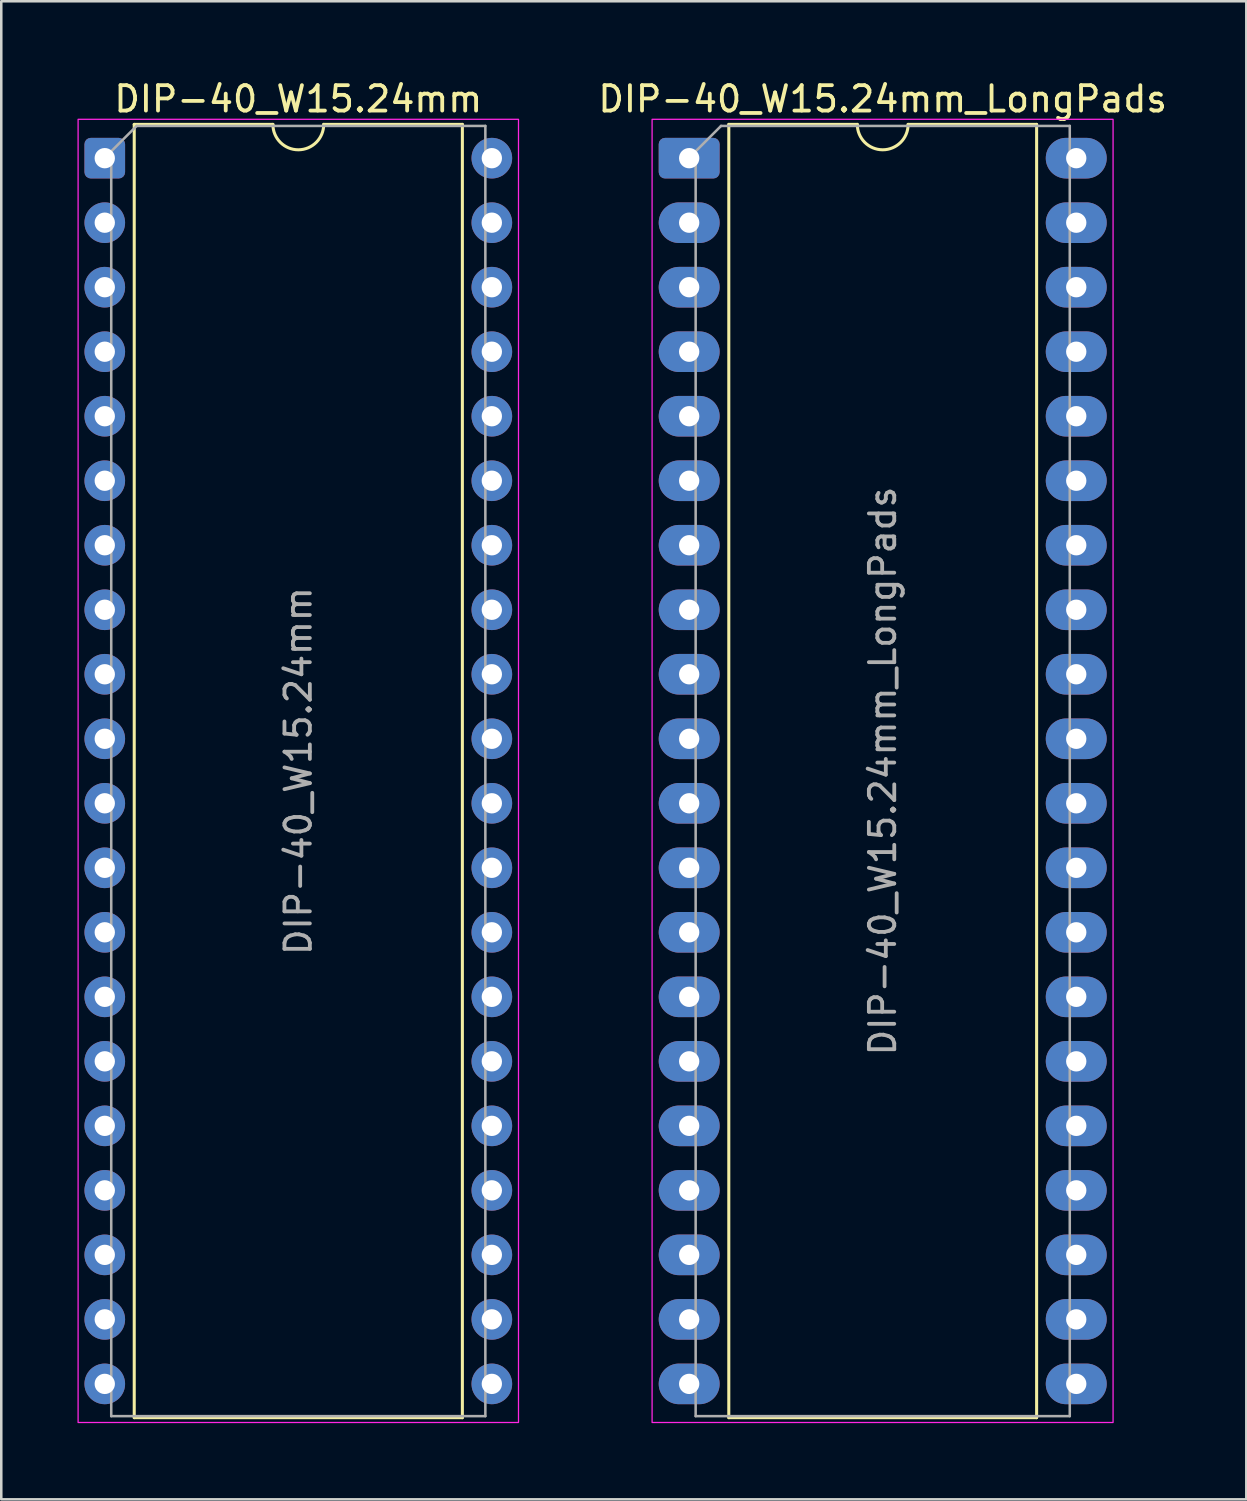
<source format=kicad_pcb>
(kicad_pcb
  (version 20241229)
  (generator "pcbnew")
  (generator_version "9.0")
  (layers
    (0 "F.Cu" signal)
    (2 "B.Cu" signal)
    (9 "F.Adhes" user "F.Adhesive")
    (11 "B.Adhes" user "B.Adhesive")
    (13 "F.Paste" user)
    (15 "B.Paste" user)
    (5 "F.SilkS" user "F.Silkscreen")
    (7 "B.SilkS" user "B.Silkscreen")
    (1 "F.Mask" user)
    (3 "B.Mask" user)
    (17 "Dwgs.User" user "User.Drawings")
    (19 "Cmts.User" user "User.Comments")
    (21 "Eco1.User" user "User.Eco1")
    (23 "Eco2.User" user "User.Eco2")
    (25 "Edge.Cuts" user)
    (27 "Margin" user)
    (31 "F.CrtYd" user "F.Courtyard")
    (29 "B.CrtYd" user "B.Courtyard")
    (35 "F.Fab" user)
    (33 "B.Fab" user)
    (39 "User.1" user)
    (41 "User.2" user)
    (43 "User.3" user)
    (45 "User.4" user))
  (footprint "DIP-40_W15.24mm_LongPads"
    (layer "F.Cu")
    (at 24.085 3.178)
    (property "Reference" "DIP-40_W15.24mm_LongPads" (at 7.62 -2.33 0) (layer "F.SilkS") (effects (font (size 1 1) (thickness 0.15))))
    (attr through_hole)
    (fp_line (start 1.56 -1.33) (end 1.56 49.59) (stroke (width 0.12) (type solid)) (layer "F.SilkS"))
    (fp_line (start 1.56 49.59) (end 13.68 49.59) (stroke (width 0.12) (type solid)) (layer "F.SilkS"))
    (fp_line (start 6.62 -1.33) (end 1.56 -1.33) (stroke (width 0.12) (type solid)) (layer "F.SilkS"))
    (fp_line (start 13.68 -1.33) (end 8.62 -1.33) (stroke (width 0.12) (type solid)) (layer "F.SilkS"))
    (fp_line (start 13.68 49.59) (end 13.68 -1.33) (stroke (width 0.12) (type solid)) (layer "F.SilkS"))
    (fp_arc (start 8.62 -1.33) (mid 7.62 -0.33) (end 6.62 -1.33) (stroke (width 0.12) (type solid)) (layer "F.SilkS"))
    (fp_rect (start -1.46 -1.53) (end 16.69 49.78) (stroke (width 0.05) (type solid)) (fill no) (layer "F.CrtYd"))
    (fp_line (start 0.255 -0.27) (end 1.255 -1.27) (stroke (width 0.1) (type solid)) (layer "F.Fab"))
    (fp_line (start 0.255 49.53) (end 0.255 -0.27) (stroke (width 0.1) (type solid)) (layer "F.Fab"))
    (fp_line (start 1.255 -1.27) (end 14.985 -1.27) (stroke (width 0.1) (type solid)) (layer "F.Fab"))
    (fp_line (start 14.985 -1.27) (end 14.985 49.53) (stroke (width 0.1) (type solid)) (layer "F.Fab"))
    (fp_line (start 14.985 49.53) (end 0.255 49.53) (stroke (width 0.1) (type solid)) (layer "F.Fab"))
    (fp_text user "${REFERENCE}" (at 7.62 24.13 90) (layer "F.Fab") (effects (font (size 1 1) (thickness 0.15))))
    (pad "1" thru_hole roundrect (at 0 0) (size 2.4 1.6) (drill 0.8) (layers "*.Cu" "*.Mask") (roundrect_rratio 0.156))
    (pad "2" thru_hole oval (at 0 2.54) (size 2.4 1.6) (drill 0.8) (layers "*.Cu" "*.Mask"))
    (pad "3" thru_hole oval (at 0 5.08) (size 2.4 1.6) (drill 0.8) (layers "*.Cu" "*.Mask"))
    (pad "4" thru_hole oval (at 0 7.62) (size 2.4 1.6) (drill 0.8) (layers "*.Cu" "*.Mask"))
    (pad "5" thru_hole oval (at 0 10.16) (size 2.4 1.6) (drill 0.8) (layers "*.Cu" "*.Mask"))
    (pad "6" thru_hole oval (at 0 12.7) (size 2.4 1.6) (drill 0.8) (layers "*.Cu" "*.Mask"))
    (pad "7" thru_hole oval (at 0 15.24) (size 2.4 1.6) (drill 0.8) (layers "*.Cu" "*.Mask"))
    (pad "8" thru_hole oval (at 0 17.78) (size 2.4 1.6) (drill 0.8) (layers "*.Cu" "*.Mask"))
    (pad "9" thru_hole oval (at 0 20.32) (size 2.4 1.6) (drill 0.8) (layers "*.Cu" "*.Mask"))
    (pad "10" thru_hole oval (at 0 22.86) (size 2.4 1.6) (drill 0.8) (layers "*.Cu" "*.Mask"))
    (pad "11" thru_hole oval (at 0 25.4) (size 2.4 1.6) (drill 0.8) (layers "*.Cu" "*.Mask"))
    (pad "12" thru_hole oval (at 0 27.94) (size 2.4 1.6) (drill 0.8) (layers "*.Cu" "*.Mask"))
    (pad "13" thru_hole oval (at 0 30.48) (size 2.4 1.6) (drill 0.8) (layers "*.Cu" "*.Mask"))
    (pad "14" thru_hole oval (at 0 33.02) (size 2.4 1.6) (drill 0.8) (layers "*.Cu" "*.Mask"))
    (pad "15" thru_hole oval (at 0 35.56) (size 2.4 1.6) (drill 0.8) (layers "*.Cu" "*.Mask"))
    (pad "16" thru_hole oval (at 0 38.1) (size 2.4 1.6) (drill 0.8) (layers "*.Cu" "*.Mask"))
    (pad "17" thru_hole oval (at 0 40.64) (size 2.4 1.6) (drill 0.8) (layers "*.Cu" "*.Mask"))
    (pad "18" thru_hole oval (at 0 43.18) (size 2.4 1.6) (drill 0.8) (layers "*.Cu" "*.Mask"))
    (pad "19" thru_hole oval (at 0 45.72) (size 2.4 1.6) (drill 0.8) (layers "*.Cu" "*.Mask"))
    (pad "20" thru_hole oval (at 0 48.26) (size 2.4 1.6) (drill 0.8) (layers "*.Cu" "*.Mask"))
    (pad "21" thru_hole oval (at 15.24 48.26) (size 2.4 1.6) (drill 0.8) (layers "*.Cu" "*.Mask"))
    (pad "22" thru_hole oval (at 15.24 45.72) (size 2.4 1.6) (drill 0.8) (layers "*.Cu" "*.Mask"))
    (pad "23" thru_hole oval (at 15.24 43.18) (size 2.4 1.6) (drill 0.8) (layers "*.Cu" "*.Mask"))
    (pad "24" thru_hole oval (at 15.24 40.64) (size 2.4 1.6) (drill 0.8) (layers "*.Cu" "*.Mask"))
    (pad "25" thru_hole oval (at 15.24 38.1) (size 2.4 1.6) (drill 0.8) (layers "*.Cu" "*.Mask"))
    (pad "26" thru_hole oval (at 15.24 35.56) (size 2.4 1.6) (drill 0.8) (layers "*.Cu" "*.Mask"))
    (pad "27" thru_hole oval (at 15.24 33.02) (size 2.4 1.6) (drill 0.8) (layers "*.Cu" "*.Mask"))
    (pad "28" thru_hole oval (at 15.24 30.48) (size 2.4 1.6) (drill 0.8) (layers "*.Cu" "*.Mask"))
    (pad "29" thru_hole oval (at 15.24 27.94) (size 2.4 1.6) (drill 0.8) (layers "*.Cu" "*.Mask"))
    (pad "30" thru_hole oval (at 15.24 25.4) (size 2.4 1.6) (drill 0.8) (layers "*.Cu" "*.Mask"))
    (pad "31" thru_hole oval (at 15.24 22.86) (size 2.4 1.6) (drill 0.8) (layers "*.Cu" "*.Mask"))
    (pad "32" thru_hole oval (at 15.24 20.32) (size 2.4 1.6) (drill 0.8) (layers "*.Cu" "*.Mask"))
    (pad "33" thru_hole oval (at 15.24 17.78) (size 2.4 1.6) (drill 0.8) (layers "*.Cu" "*.Mask"))
    (pad "34" thru_hole oval (at 15.24 15.24) (size 2.4 1.6) (drill 0.8) (layers "*.Cu" "*.Mask"))
    (pad "35" thru_hole oval (at 15.24 12.7) (size 2.4 1.6) (drill 0.8) (layers "*.Cu" "*.Mask"))
    (pad "36" thru_hole oval (at 15.24 10.16) (size 2.4 1.6) (drill 0.8) (layers "*.Cu" "*.Mask"))
    (pad "37" thru_hole oval (at 15.24 7.62) (size 2.4 1.6) (drill 0.8) (layers "*.Cu" "*.Mask"))
    (pad "38" thru_hole oval (at 15.24 5.08) (size 2.4 1.6) (drill 0.8) (layers "*.Cu" "*.Mask"))
    (pad "39" thru_hole oval (at 15.24 2.54) (size 2.4 1.6) (drill 0.8) (layers "*.Cu" "*.Mask"))
    (pad "40" thru_hole oval (at 15.24 0) (size 2.4 1.6) (drill 0.8) (layers "*.Cu" "*.Mask")))
  (footprint "DIP-40_W15.24mm"
    (layer "F.Cu")
    (at 1.075 3.178)
    (property "Reference" "DIP-40_W15.24mm" (at 7.62 -2.33 0) (layer "F.SilkS") (effects (font (size 1 1) (thickness 0.15))))
    (attr through_hole)
    (fp_line (start 1.16 -1.33) (end 1.16 49.59) (stroke (width 0.12) (type solid)) (layer "F.SilkS"))
    (fp_line (start 1.16 49.59) (end 14.08 49.59) (stroke (width 0.12) (type solid)) (layer "F.SilkS"))
    (fp_line (start 6.62 -1.33) (end 1.16 -1.33) (stroke (width 0.12) (type solid)) (layer "F.SilkS"))
    (fp_line (start 14.08 -1.33) (end 8.62 -1.33) (stroke (width 0.12) (type solid)) (layer "F.SilkS"))
    (fp_line (start 14.08 49.59) (end 14.08 -1.33) (stroke (width 0.12) (type solid)) (layer "F.SilkS"))
    (fp_arc (start 8.62 -1.33) (mid 7.62 -0.33) (end 6.62 -1.33) (stroke (width 0.12) (type solid)) (layer "F.SilkS"))
    (fp_rect (start -1.05 -1.53) (end 16.29 49.78) (stroke (width 0.05) (type solid)) (fill no) (layer "F.CrtYd"))
    (fp_line (start 0.255 -0.27) (end 1.255 -1.27) (stroke (width 0.1) (type solid)) (layer "F.Fab"))
    (fp_line (start 0.255 49.53) (end 0.255 -0.27) (stroke (width 0.1) (type solid)) (layer "F.Fab"))
    (fp_line (start 1.255 -1.27) (end 14.985 -1.27) (stroke (width 0.1) (type solid)) (layer "F.Fab"))
    (fp_line (start 14.985 -1.27) (end 14.985 49.53) (stroke (width 0.1) (type solid)) (layer "F.Fab"))
    (fp_line (start 14.985 49.53) (end 0.255 49.53) (stroke (width 0.1) (type solid)) (layer "F.Fab"))
    (fp_text user "${REFERENCE}" (at 7.62 24.13 90) (layer "F.Fab") (effects (font (size 1 1) (thickness 0.15))))
    (pad "1" thru_hole roundrect (at 0 0) (size 1.6 1.6) (drill 0.8) (layers "*.Cu" "*.Mask") (roundrect_rratio 0.156))
    (pad "2" thru_hole circle (at 0 2.54) (size 1.6 1.6) (drill 0.8) (layers "*.Cu" "*.Mask"))
    (pad "3" thru_hole circle (at 0 5.08) (size 1.6 1.6) (drill 0.8) (layers "*.Cu" "*.Mask"))
    (pad "4" thru_hole circle (at 0 7.62) (size 1.6 1.6) (drill 0.8) (layers "*.Cu" "*.Mask"))
    (pad "5" thru_hole circle (at 0 10.16) (size 1.6 1.6) (drill 0.8) (layers "*.Cu" "*.Mask"))
    (pad "6" thru_hole circle (at 0 12.7) (size 1.6 1.6) (drill 0.8) (layers "*.Cu" "*.Mask"))
    (pad "7" thru_hole circle (at 0 15.24) (size 1.6 1.6) (drill 0.8) (layers "*.Cu" "*.Mask"))
    (pad "8" thru_hole circle (at 0 17.78) (size 1.6 1.6) (drill 0.8) (layers "*.Cu" "*.Mask"))
    (pad "9" thru_hole circle (at 0 20.32) (size 1.6 1.6) (drill 0.8) (layers "*.Cu" "*.Mask"))
    (pad "10" thru_hole circle (at 0 22.86) (size 1.6 1.6) (drill 0.8) (layers "*.Cu" "*.Mask"))
    (pad "11" thru_hole circle (at 0 25.4) (size 1.6 1.6) (drill 0.8) (layers "*.Cu" "*.Mask"))
    (pad "12" thru_hole circle (at 0 27.94) (size 1.6 1.6) (drill 0.8) (layers "*.Cu" "*.Mask"))
    (pad "13" thru_hole circle (at 0 30.48) (size 1.6 1.6) (drill 0.8) (layers "*.Cu" "*.Mask"))
    (pad "14" thru_hole circle (at 0 33.02) (size 1.6 1.6) (drill 0.8) (layers "*.Cu" "*.Mask"))
    (pad "15" thru_hole circle (at 0 35.56) (size 1.6 1.6) (drill 0.8) (layers "*.Cu" "*.Mask"))
    (pad "16" thru_hole circle (at 0 38.1) (size 1.6 1.6) (drill 0.8) (layers "*.Cu" "*.Mask"))
    (pad "17" thru_hole circle (at 0 40.64) (size 1.6 1.6) (drill 0.8) (layers "*.Cu" "*.Mask"))
    (pad "18" thru_hole circle (at 0 43.18) (size 1.6 1.6) (drill 0.8) (layers "*.Cu" "*.Mask"))
    (pad "19" thru_hole circle (at 0 45.72) (size 1.6 1.6) (drill 0.8) (layers "*.Cu" "*.Mask"))
    (pad "20" thru_hole circle (at 0 48.26) (size 1.6 1.6) (drill 0.8) (layers "*.Cu" "*.Mask"))
    (pad "21" thru_hole circle (at 15.24 48.26) (size 1.6 1.6) (drill 0.8) (layers "*.Cu" "*.Mask"))
    (pad "22" thru_hole circle (at 15.24 45.72) (size 1.6 1.6) (drill 0.8) (layers "*.Cu" "*.Mask"))
    (pad "23" thru_hole circle (at 15.24 43.18) (size 1.6 1.6) (drill 0.8) (layers "*.Cu" "*.Mask"))
    (pad "24" thru_hole circle (at 15.24 40.64) (size 1.6 1.6) (drill 0.8) (layers "*.Cu" "*.Mask"))
    (pad "25" thru_hole circle (at 15.24 38.1) (size 1.6 1.6) (drill 0.8) (layers "*.Cu" "*.Mask"))
    (pad "26" thru_hole circle (at 15.24 35.56) (size 1.6 1.6) (drill 0.8) (layers "*.Cu" "*.Mask"))
    (pad "27" thru_hole circle (at 15.24 33.02) (size 1.6 1.6) (drill 0.8) (layers "*.Cu" "*.Mask"))
    (pad "28" thru_hole circle (at 15.24 30.48) (size 1.6 1.6) (drill 0.8) (layers "*.Cu" "*.Mask"))
    (pad "29" thru_hole circle (at 15.24 27.94) (size 1.6 1.6) (drill 0.8) (layers "*.Cu" "*.Mask"))
    (pad "30" thru_hole circle (at 15.24 25.4) (size 1.6 1.6) (drill 0.8) (layers "*.Cu" "*.Mask"))
    (pad "31" thru_hole circle (at 15.24 22.86) (size 1.6 1.6) (drill 0.8) (layers "*.Cu" "*.Mask"))
    (pad "32" thru_hole circle (at 15.24 20.32) (size 1.6 1.6) (drill 0.8) (layers "*.Cu" "*.Mask"))
    (pad "33" thru_hole circle (at 15.24 17.78) (size 1.6 1.6) (drill 0.8) (layers "*.Cu" "*.Mask"))
    (pad "34" thru_hole circle (at 15.24 15.24) (size 1.6 1.6) (drill 0.8) (layers "*.Cu" "*.Mask"))
    (pad "35" thru_hole circle (at 15.24 12.7) (size 1.6 1.6) (drill 0.8) (layers "*.Cu" "*.Mask"))
    (pad "36" thru_hole circle (at 15.24 10.16) (size 1.6 1.6) (drill 0.8) (layers "*.Cu" "*.Mask"))
    (pad "37" thru_hole circle (at 15.24 7.62) (size 1.6 1.6) (drill 0.8) (layers "*.Cu" "*.Mask"))
    (pad "38" thru_hole circle (at 15.24 5.08) (size 1.6 1.6) (drill 0.8) (layers "*.Cu" "*.Mask"))
    (pad "39" thru_hole circle (at 15.24 2.54) (size 1.6 1.6) (drill 0.8) (layers "*.Cu" "*.Mask"))
    (pad "40" thru_hole circle (at 15.24 0) (size 1.6 1.6) (drill 0.8) (layers "*.Cu" "*.Mask")))
  (gr_rect
    (start -3 -3)
    (end 46.021 55.983)
    (stroke (width 0.1) (type default))
    (fill no)
    (layer "Edge.Cuts")))
</source>
